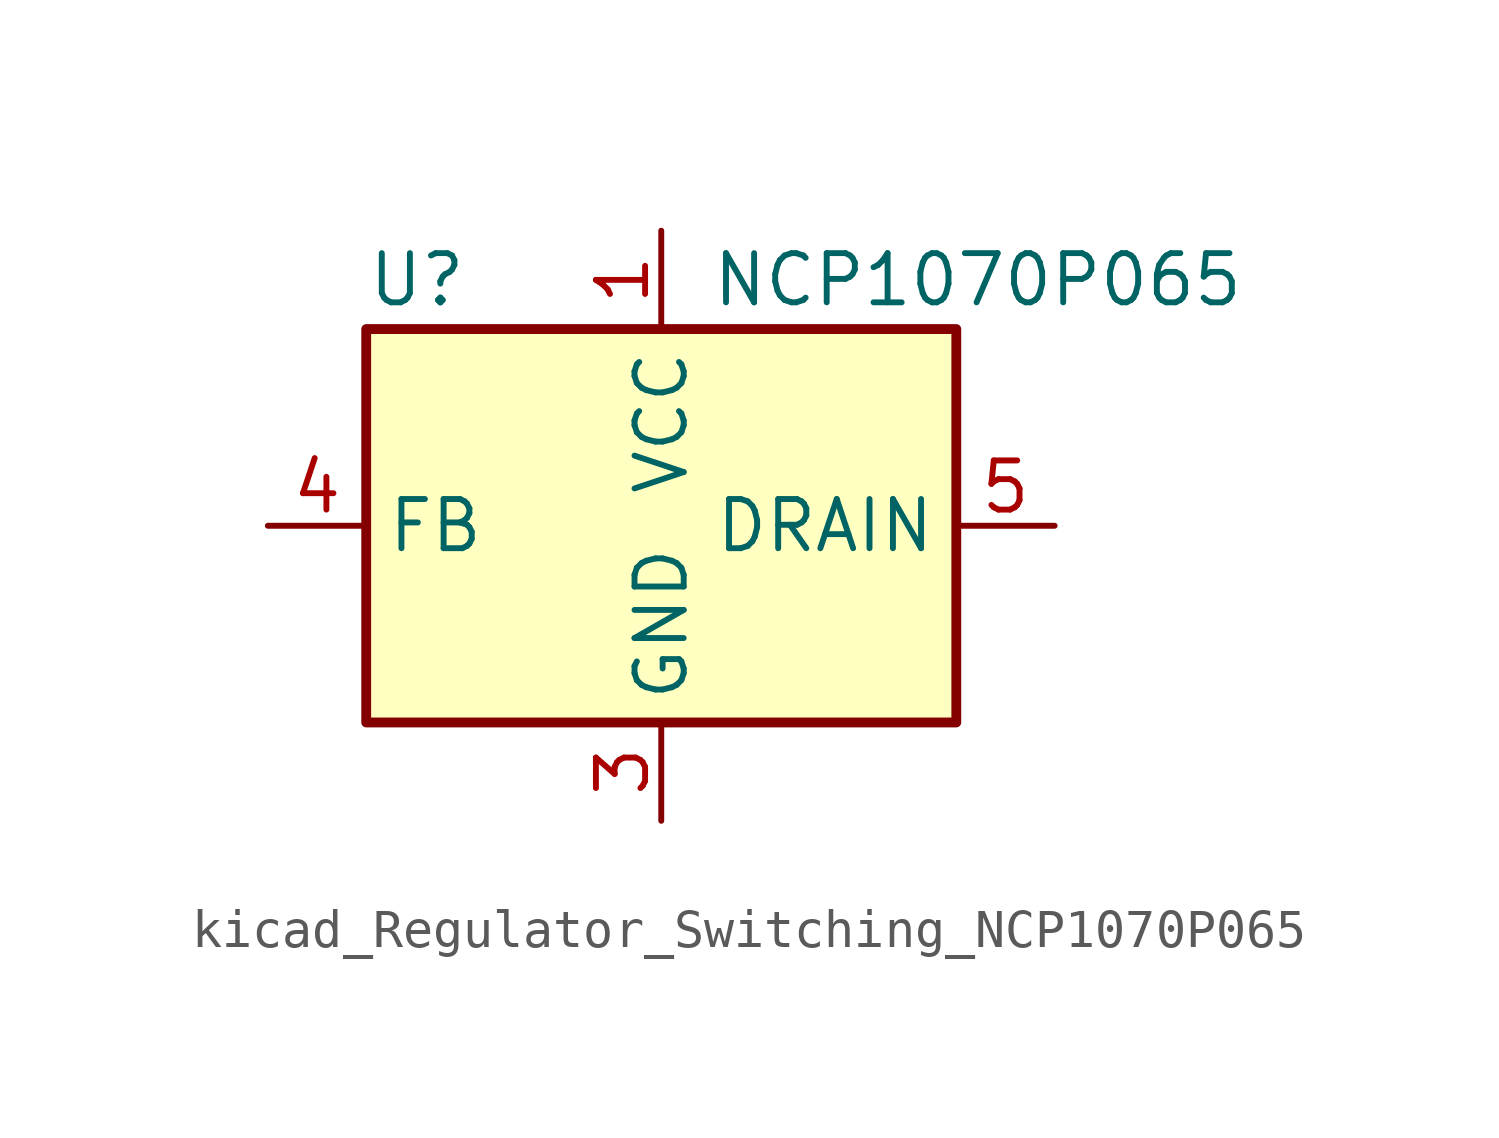
<source format=kicad_sym>
(kicad_symbol_lib
  (version 20220914)
  (generator kicad_symbol_editor)
  (symbol "kicad_Regulator_Switching_NCP1070P065"
    (property "Reference" "U"
      (at -7.62 6.35 0)
      (effects (font (size 1.27 1.27)) (justify left)))
    (property "Value" "NCP1070P065"
      (at 1.27 6.35 0)
      (effects (font (size 1.27 1.27)) (justify left)))
    (symbol "kicad_Regulator_Switching_NCP1070P065_0_1"
      (rectangle (start -7.62 5.08) (end 7.62 -5.08) (stroke (width 0.254) (type default)) (fill (type background))))
    (symbol "kicad_Regulator_Switching_NCP1070P065_1_1"
      (pin power_in line (at 0 7.62 270) (length 2.54) (name "VCC" (effects (font (size 1.27 1.27)))) (number "1" (effects (font (size 1.27 1.27)))))
      (pin no_connect line (at -7.62 2.54 0) (length 2.54) hide (name "NC" (effects (font (size 1.27 1.27)))) (number "2" (effects (font (size 1.27 1.27)))))
      (pin power_in line (at 0 -7.62 90) (length 2.54) (name "GND" (effects (font (size 1.27 1.27)))) (number "3" (effects (font (size 1.27 1.27)))))
      (pin input line (at -10.16 0 0) (length 2.54) (name "FB" (effects (font (size 1.27 1.27)))) (number "4" (effects (font (size 1.27 1.27)))))
      (pin open_collector line (at 10.16 0 180) (length 2.54) (name "DRAIN" (effects (font (size 1.27 1.27)))) (number "5" (effects (font (size 1.27 1.27)))))
      (pin passive line (at 0 -7.62 90) (length 2.54) hide (name "GND" (effects (font (size 1.27 1.27)))) (number "7" (effects (font (size 1.27 1.27)))))
      (pin passive line (at 0 -7.62 90) (length 2.54) hide (name "GND" (effects (font (size 1.27 1.27)))) (number "8" (effects (font (size 1.27 1.27))))))))
</source>
